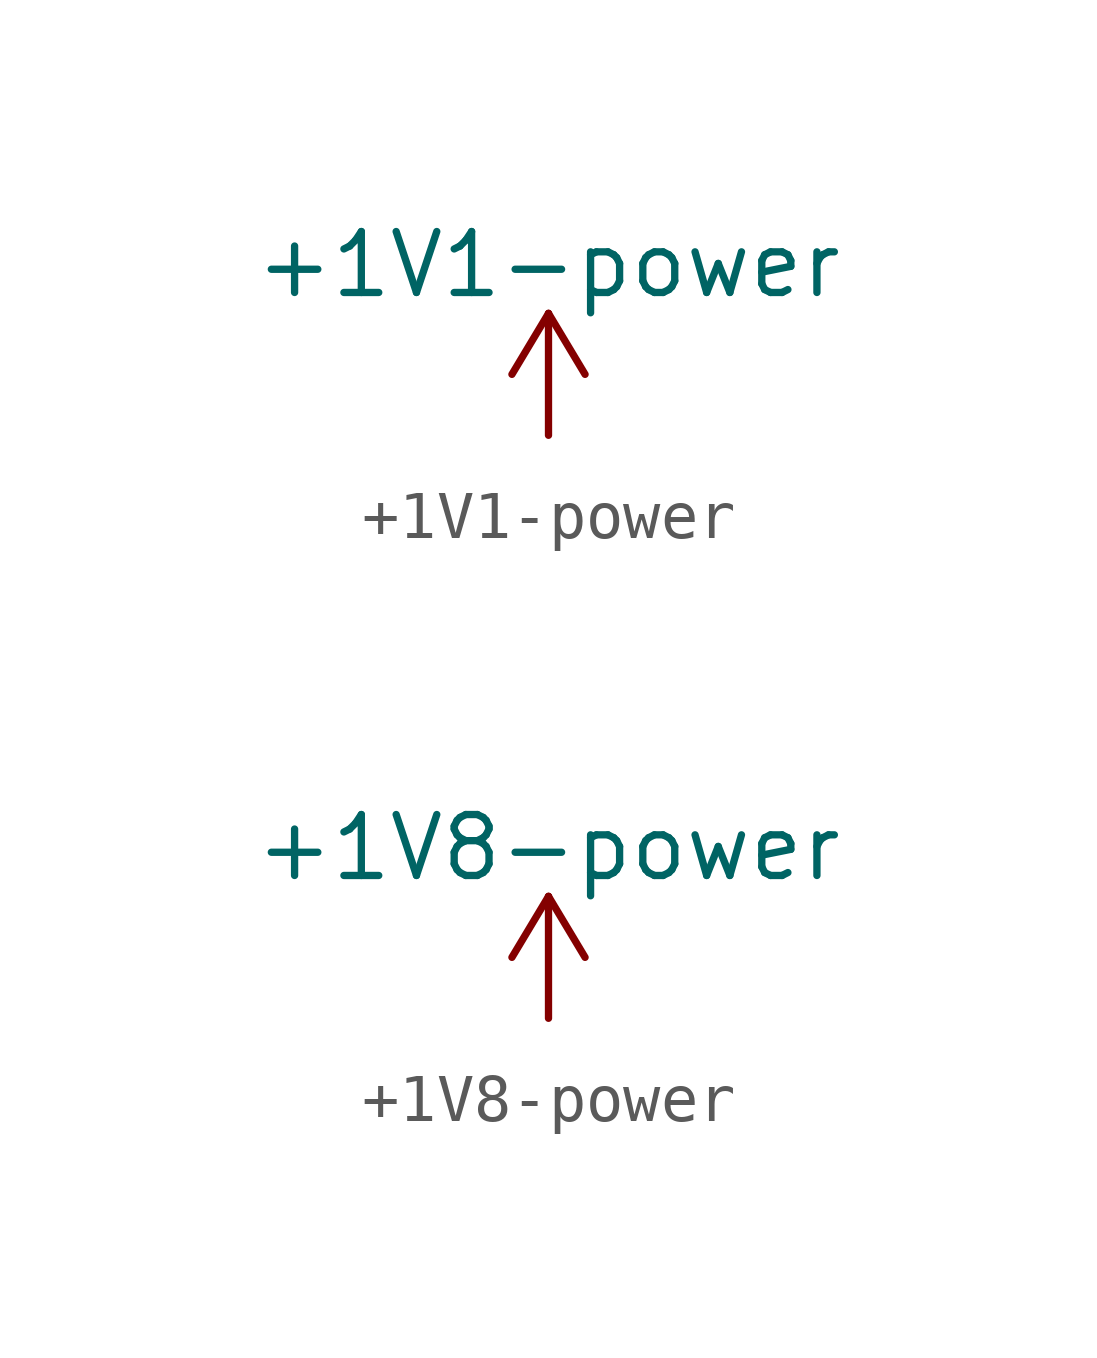
<source format=kicad_sym>
(kicad_symbol_lib
  (version 20220914)
  (generator kicad_symbol_editor)
  (symbol "+1V1-power"
    (power)
    (pin_names
      (offset 0))
    (property "Reference" "#PWR"
      (at 0 -3.81 0)
      (effects (font (size 1.27 1.27)) hide))
    (property "Value" "+1V1-power"
      (at 0 3.556 0)
      (effects (font (size 1.27 1.27))))
    (symbol "+1V1-power_0_1"
      (polyline (pts (xy -0.762 1.27) (xy 0 2.54)) (stroke (width 0) (type solid)) (fill (type none)))
      (polyline (pts (xy 0 0) (xy 0 2.54)) (stroke (width 0) (type solid)) (fill (type none)))
      (polyline (pts (xy 0 2.54) (xy 0.762 1.27)) (stroke (width 0) (type solid)) (fill (type none))))
    (symbol "+1V1-power_1_1"
      (pin power_in line (at 0 0 90) (length 0) hide (name "+1V1" (effects (font (size 1.27 1.27)))) (number "1" (effects (font (size 1.27 1.27)))))))
  (symbol "+1V8-power"
    (power)
    (pin_names
      (offset 0))
    (property "Reference" "#PWR"
      (at 0 -3.81 0)
      (effects (font (size 1.27 1.27)) hide))
    (property "Value" "+1V8-power"
      (at 0 3.556 0)
      (effects (font (size 1.27 1.27))))
    (symbol "+1V8-power_0_1"
      (polyline (pts (xy -0.762 1.27) (xy 0 2.54)) (stroke (width 0) (type solid)) (fill (type none)))
      (polyline (pts (xy 0 0) (xy 0 2.54)) (stroke (width 0) (type solid)) (fill (type none)))
      (polyline (pts (xy 0 2.54) (xy 0.762 1.27)) (stroke (width 0) (type solid)) (fill (type none))))
    (symbol "+1V8-power_1_1"
      (pin power_in line (at 0 0 90) (length 0) hide (name "+1V8" (effects (font (size 1.27 1.27)))) (number "1" (effects (font (size 1.27 1.27))))))))
</source>
